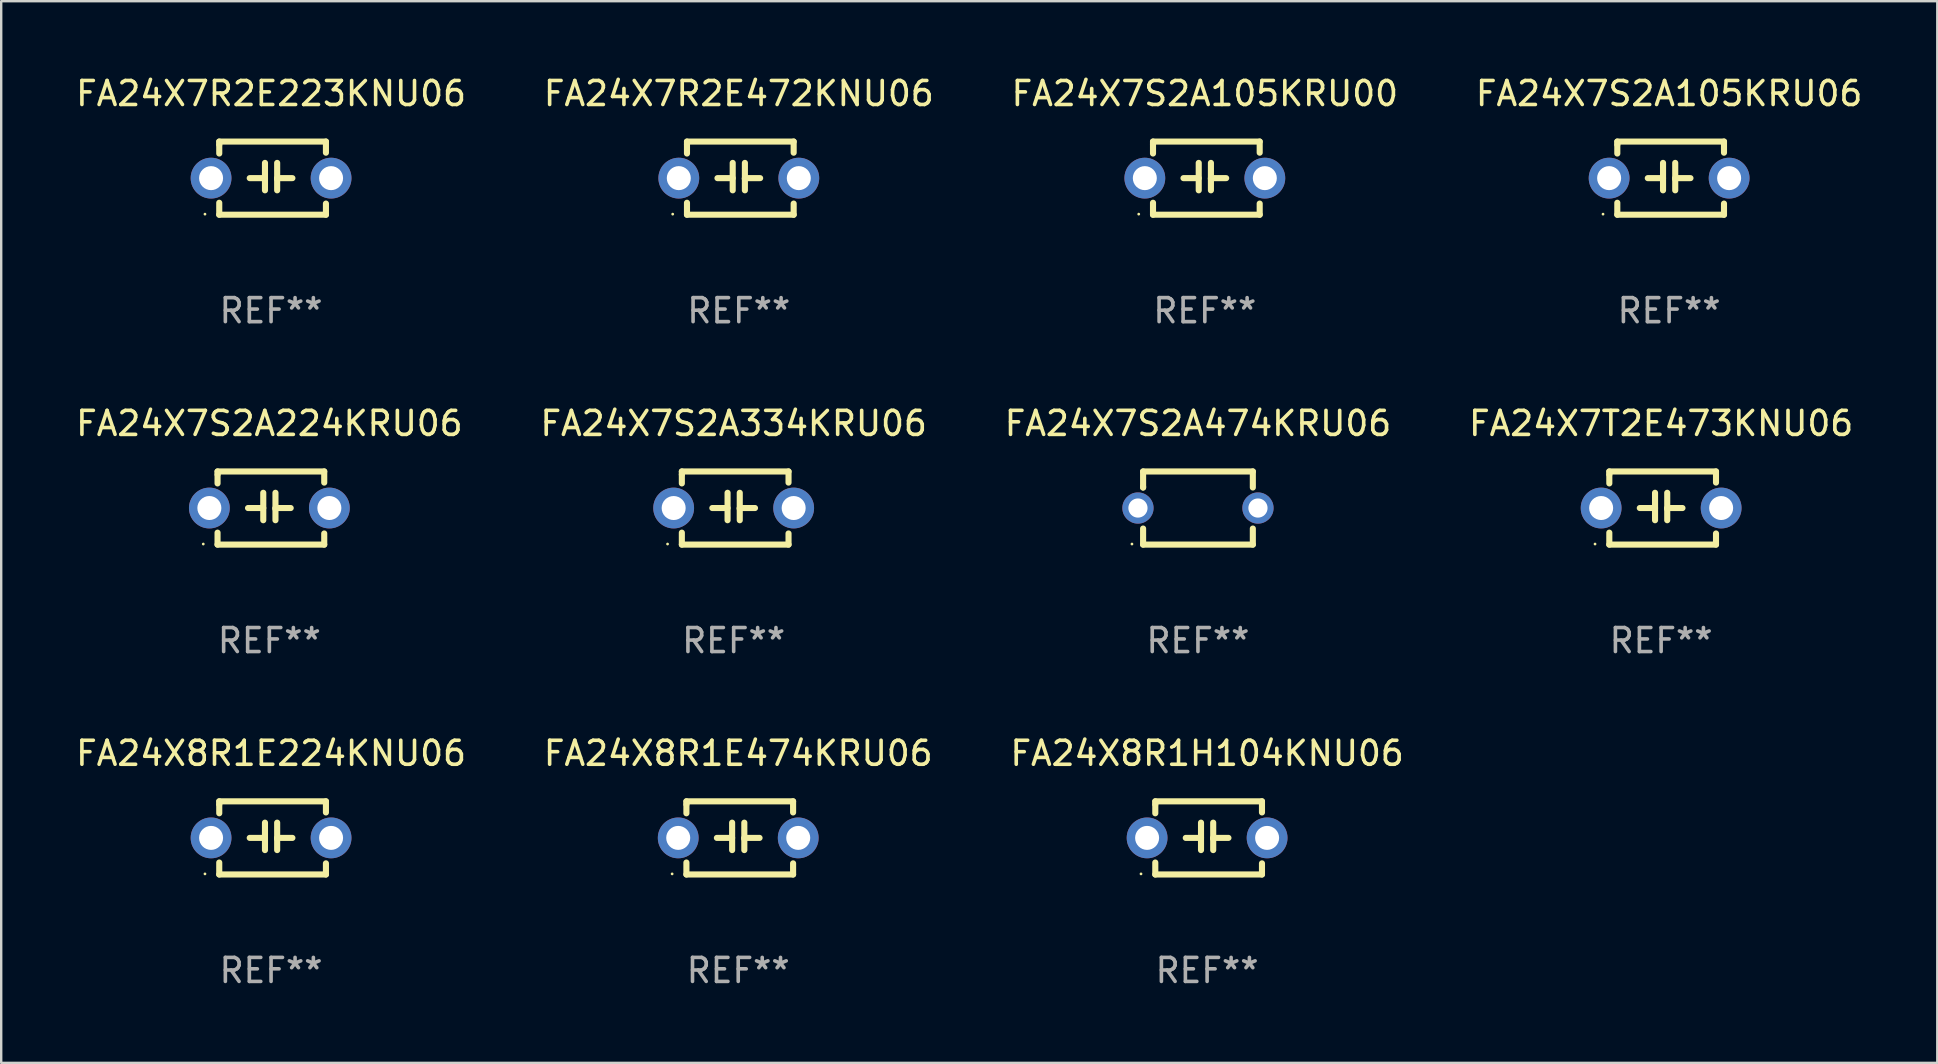
<source format=kicad_pcb>
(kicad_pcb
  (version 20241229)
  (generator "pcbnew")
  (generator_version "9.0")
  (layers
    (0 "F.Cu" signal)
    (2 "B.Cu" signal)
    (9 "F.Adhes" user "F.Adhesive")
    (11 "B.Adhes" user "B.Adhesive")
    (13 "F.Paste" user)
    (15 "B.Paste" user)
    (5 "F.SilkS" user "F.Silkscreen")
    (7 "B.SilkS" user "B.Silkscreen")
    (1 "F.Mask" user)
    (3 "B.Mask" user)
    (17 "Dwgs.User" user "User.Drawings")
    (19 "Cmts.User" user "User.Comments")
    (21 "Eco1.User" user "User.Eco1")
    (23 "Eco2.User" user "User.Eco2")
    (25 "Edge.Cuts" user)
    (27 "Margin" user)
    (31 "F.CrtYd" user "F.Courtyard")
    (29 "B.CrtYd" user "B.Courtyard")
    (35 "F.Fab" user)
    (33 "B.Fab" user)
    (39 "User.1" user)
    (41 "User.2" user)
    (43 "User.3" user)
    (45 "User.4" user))
  (footprint "FA24X8R1H104KNU06"
    (layer "F.Cu")
    (at 47.244 31.861)
    (property "Reference" "FA24X8R1H104KNU06" (at 0 -3.524 0) (layer "F.SilkS") (effects (font (size 1 1) (thickness 0.15))))
    (attr through_hole)
    (fp_line (start -2.159 -1.524) (end 2.286 -1.524) (stroke (width 0.254) (type solid)) (layer "F.SilkS"))
    (fp_line (start -2.159 -1.397) (end -2.159 -1.524) (stroke (width 0.254) (type solid)) (layer "F.SilkS"))
    (fp_line (start -2.159 -1.026) (end -2.159 -1.397) (stroke (width 0.254) (type solid)) (layer "F.SilkS"))
    (fp_line (start -2.159 1.524) (end -2.159 1.026) (stroke (width 0.254) (type solid)) (layer "F.SilkS"))
    (fp_line (start -0.889 0) (end -0.254 0) (stroke (width 0.254) (type solid)) (layer "F.SilkS"))
    (fp_line (start -0.254 0.508) (end -0.254 -0.635) (stroke (width 0.254) (type solid)) (layer "F.SilkS"))
    (fp_line (start 0.254 -0.635) (end 0.254 0.508) (stroke (width 0.254) (type solid)) (layer "F.SilkS"))
    (fp_line (start 0.254 0.04) (end 0.254 0.02) (stroke (width 0.254) (type solid)) (layer "F.SilkS"))
    (fp_line (start 0.889 0) (end 0.254 0) (stroke (width 0.254) (type solid)) (layer "F.SilkS"))
    (fp_line (start 2.286 -1.524) (end 2.286 -1.06) (stroke (width 0.254) (type solid)) (layer "F.SilkS"))
    (fp_line (start 2.286 1.06) (end 2.286 1.524) (stroke (width 0.254) (type solid)) (layer "F.SilkS"))
    (fp_line (start 2.286 1.524) (end -2.159 1.524) (stroke (width 0.254) (type solid)) (layer "F.SilkS"))
    (fp_circle (center -2.754 1.5) (end -2.724 1.5) (stroke (width 0.06) (type solid)) (fill no) (layer "F.SilkS"))
    (fp_text user "REF**" (at 0 5.524 0) (layer "F.Fab") (effects (font (size 1 1) (thickness 0.15))))
    (pad "1" thru_hole circle (at -2.5 0) (size 1.7 1.7) (drill 1) (layers "*.Cu" "*.Mask"))
    (pad "2" thru_hole circle (at 2.5 0) (size 1.7 1.7) (drill 1) (layers "*.Cu" "*.Mask")))
  (footprint "FA24X7S2A105KRU00"
    (layer "F.Cu")
    (at 47.149 4.372)
    (property "Reference" "FA24X7S2A105KRU00" (at 0 -3.524 0) (layer "F.SilkS") (effects (font (size 1 1) (thickness 0.15))))
    (attr through_hole)
    (fp_line (start -2.159 -1.524) (end 2.286 -1.524) (stroke (width 0.254) (type solid)) (layer "F.SilkS"))
    (fp_line (start -2.159 -1.397) (end -2.159 -1.524) (stroke (width 0.254) (type solid)) (layer "F.SilkS"))
    (fp_line (start -2.159 -1.026) (end -2.159 -1.397) (stroke (width 0.254) (type solid)) (layer "F.SilkS"))
    (fp_line (start -2.159 1.524) (end -2.159 1.026) (stroke (width 0.254) (type solid)) (layer "F.SilkS"))
    (fp_line (start -0.889 0) (end -0.254 0) (stroke (width 0.254) (type solid)) (layer "F.SilkS"))
    (fp_line (start -0.254 0.508) (end -0.254 -0.635) (stroke (width 0.254) (type solid)) (layer "F.SilkS"))
    (fp_line (start 0.254 -0.635) (end 0.254 0.508) (stroke (width 0.254) (type solid)) (layer "F.SilkS"))
    (fp_line (start 0.254 0.04) (end 0.254 0.02) (stroke (width 0.254) (type solid)) (layer "F.SilkS"))
    (fp_line (start 0.889 0) (end 0.254 0) (stroke (width 0.254) (type solid)) (layer "F.SilkS"))
    (fp_line (start 2.286 -1.524) (end 2.286 -1.06) (stroke (width 0.254) (type solid)) (layer "F.SilkS"))
    (fp_line (start 2.286 1.06) (end 2.286 1.524) (stroke (width 0.254) (type solid)) (layer "F.SilkS"))
    (fp_line (start 2.286 1.524) (end -2.159 1.524) (stroke (width 0.254) (type solid)) (layer "F.SilkS"))
    (fp_circle (center -2.754 1.5) (end -2.724 1.5) (stroke (width 0.06) (type solid)) (fill no) (layer "F.SilkS"))
    (fp_text user "REF**" (at 0 5.524 0) (layer "F.Fab") (effects (font (size 1 1) (thickness 0.15))))
    (pad "1" thru_hole circle (at -2.5 0) (size 1.7 1.7) (drill 1) (layers "*.Cu" "*.Mask"))
    (pad "2" thru_hole circle (at 2.5 0) (size 1.7 1.7) (drill 1) (layers "*.Cu" "*.Mask")))
  (footprint "FA24X8R1E224KNU06"
    (layer "F.Cu")
    (at 8.244 31.861)
    (property "Reference" "FA24X8R1E224KNU06" (at 0 -3.524 0) (layer "F.SilkS") (effects (font (size 1 1) (thickness 0.15))))
    (attr through_hole)
    (fp_line (start -2.159 -1.524) (end 2.286 -1.524) (stroke (width 0.254) (type solid)) (layer "F.SilkS"))
    (fp_line (start -2.159 -1.397) (end -2.159 -1.524) (stroke (width 0.254) (type solid)) (layer "F.SilkS"))
    (fp_line (start -2.159 -1.026) (end -2.159 -1.397) (stroke (width 0.254) (type solid)) (layer "F.SilkS"))
    (fp_line (start -2.159 1.524) (end -2.159 1.026) (stroke (width 0.254) (type solid)) (layer "F.SilkS"))
    (fp_line (start -0.889 0) (end -0.254 0) (stroke (width 0.254) (type solid)) (layer "F.SilkS"))
    (fp_line (start -0.254 0.508) (end -0.254 -0.635) (stroke (width 0.254) (type solid)) (layer "F.SilkS"))
    (fp_line (start 0.254 -0.635) (end 0.254 0.508) (stroke (width 0.254) (type solid)) (layer "F.SilkS"))
    (fp_line (start 0.254 0.04) (end 0.254 0.02) (stroke (width 0.254) (type solid)) (layer "F.SilkS"))
    (fp_line (start 0.889 0) (end 0.254 0) (stroke (width 0.254) (type solid)) (layer "F.SilkS"))
    (fp_line (start 2.286 -1.524) (end 2.286 -1.06) (stroke (width 0.254) (type solid)) (layer "F.SilkS"))
    (fp_line (start 2.286 1.06) (end 2.286 1.524) (stroke (width 0.254) (type solid)) (layer "F.SilkS"))
    (fp_line (start 2.286 1.524) (end -2.159 1.524) (stroke (width 0.254) (type solid)) (layer "F.SilkS"))
    (fp_circle (center -2.754 1.5) (end -2.724 1.5) (stroke (width 0.06) (type solid)) (fill no) (layer "F.SilkS"))
    (fp_text user "REF**" (at 0 5.524 0) (layer "F.Fab") (effects (font (size 1 1) (thickness 0.15))))
    (pad "1" thru_hole circle (at -2.5 0) (size 1.7 1.7) (drill 1) (layers "*.Cu" "*.Mask"))
    (pad "2" thru_hole circle (at 2.5 0) (size 1.7 1.7) (drill 1) (layers "*.Cu" "*.Mask")))
  (footprint "FA24X7S2A105KRU06"
    (layer "F.Cu")
    (at 66.494 4.372)
    (property "Reference" "FA24X7S2A105KRU06" (at 0 -3.524 0) (layer "F.SilkS") (effects (font (size 1 1) (thickness 0.15))))
    (attr through_hole)
    (fp_line (start -2.159 -1.524) (end 2.286 -1.524) (stroke (width 0.254) (type solid)) (layer "F.SilkS"))
    (fp_line (start -2.159 -1.397) (end -2.159 -1.524) (stroke (width 0.254) (type solid)) (layer "F.SilkS"))
    (fp_line (start -2.159 -1.026) (end -2.159 -1.397) (stroke (width 0.254) (type solid)) (layer "F.SilkS"))
    (fp_line (start -2.159 1.524) (end -2.159 1.026) (stroke (width 0.254) (type solid)) (layer "F.SilkS"))
    (fp_line (start -0.889 0) (end -0.254 0) (stroke (width 0.254) (type solid)) (layer "F.SilkS"))
    (fp_line (start -0.254 0.508) (end -0.254 -0.635) (stroke (width 0.254) (type solid)) (layer "F.SilkS"))
    (fp_line (start 0.254 -0.635) (end 0.254 0.508) (stroke (width 0.254) (type solid)) (layer "F.SilkS"))
    (fp_line (start 0.254 0.04) (end 0.254 0.02) (stroke (width 0.254) (type solid)) (layer "F.SilkS"))
    (fp_line (start 0.889 0) (end 0.254 0) (stroke (width 0.254) (type solid)) (layer "F.SilkS"))
    (fp_line (start 2.286 -1.524) (end 2.286 -1.06) (stroke (width 0.254) (type solid)) (layer "F.SilkS"))
    (fp_line (start 2.286 1.06) (end 2.286 1.524) (stroke (width 0.254) (type solid)) (layer "F.SilkS"))
    (fp_line (start 2.286 1.524) (end -2.159 1.524) (stroke (width 0.254) (type solid)) (layer "F.SilkS"))
    (fp_circle (center -2.754 1.5) (end -2.724 1.5) (stroke (width 0.06) (type solid)) (fill no) (layer "F.SilkS"))
    (fp_text user "REF**" (at 0 5.524 0) (layer "F.Fab") (effects (font (size 1 1) (thickness 0.15))))
    (pad "1" thru_hole circle (at -2.5 0) (size 1.7 1.7) (drill 1) (layers "*.Cu" "*.Mask"))
    (pad "2" thru_hole circle (at 2.5 0) (size 1.7 1.7) (drill 1) (layers "*.Cu" "*.Mask")))
  (footprint "FA24X7R2E472KNU06"
    (layer "F.Cu")
    (at 27.732 4.372)
    (property "Reference" "FA24X7R2E472KNU06" (at 0 -3.524 0) (layer "F.SilkS") (effects (font (size 1 1) (thickness 0.15))))
    (attr through_hole)
    (fp_line (start -2.159 -1.524) (end 2.286 -1.524) (stroke (width 0.254) (type solid)) (layer "F.SilkS"))
    (fp_line (start -2.159 -1.397) (end -2.159 -1.524) (stroke (width 0.254) (type solid)) (layer "F.SilkS"))
    (fp_line (start -2.159 -1.026) (end -2.159 -1.397) (stroke (width 0.254) (type solid)) (layer "F.SilkS"))
    (fp_line (start -2.159 1.524) (end -2.159 1.026) (stroke (width 0.254) (type solid)) (layer "F.SilkS"))
    (fp_line (start -0.889 0) (end -0.254 0) (stroke (width 0.254) (type solid)) (layer "F.SilkS"))
    (fp_line (start -0.254 0.508) (end -0.254 -0.635) (stroke (width 0.254) (type solid)) (layer "F.SilkS"))
    (fp_line (start 0.254 -0.635) (end 0.254 0.508) (stroke (width 0.254) (type solid)) (layer "F.SilkS"))
    (fp_line (start 0.254 0.04) (end 0.254 0.02) (stroke (width 0.254) (type solid)) (layer "F.SilkS"))
    (fp_line (start 0.889 0) (end 0.254 0) (stroke (width 0.254) (type solid)) (layer "F.SilkS"))
    (fp_line (start 2.286 -1.524) (end 2.286 -1.06) (stroke (width 0.254) (type solid)) (layer "F.SilkS"))
    (fp_line (start 2.286 1.06) (end 2.286 1.524) (stroke (width 0.254) (type solid)) (layer "F.SilkS"))
    (fp_line (start 2.286 1.524) (end -2.159 1.524) (stroke (width 0.254) (type solid)) (layer "F.SilkS"))
    (fp_circle (center -2.754 1.5) (end -2.724 1.5) (stroke (width 0.06) (type solid)) (fill no) (layer "F.SilkS"))
    (fp_text user "REF**" (at 0 5.524 0) (layer "F.Fab") (effects (font (size 1 1) (thickness 0.15))))
    (pad "1" thru_hole circle (at -2.5 0) (size 1.7 1.7) (drill 1) (layers "*.Cu" "*.Mask"))
    (pad "2" thru_hole circle (at 2.5 0) (size 1.7 1.7) (drill 1) (layers "*.Cu" "*.Mask")))
  (footprint "FA24X8R1E474KRU06"
    (layer "F.Cu")
    (at 27.708 31.861)
    (property "Reference" "FA24X8R1E474KRU06" (at 0 -3.524 0) (layer "F.SilkS") (effects (font (size 1 1) (thickness 0.15))))
    (attr through_hole)
    (fp_line (start -2.159 -1.524) (end 2.286 -1.524) (stroke (width 0.254) (type solid)) (layer "F.SilkS"))
    (fp_line (start -2.159 -1.397) (end -2.159 -1.524) (stroke (width 0.254) (type solid)) (layer "F.SilkS"))
    (fp_line (start -2.159 -1.026) (end -2.159 -1.397) (stroke (width 0.254) (type solid)) (layer "F.SilkS"))
    (fp_line (start -2.159 1.524) (end -2.159 1.026) (stroke (width 0.254) (type solid)) (layer "F.SilkS"))
    (fp_line (start -0.889 0) (end -0.254 0) (stroke (width 0.254) (type solid)) (layer "F.SilkS"))
    (fp_line (start -0.254 0.508) (end -0.254 -0.635) (stroke (width 0.254) (type solid)) (layer "F.SilkS"))
    (fp_line (start 0.254 -0.635) (end 0.254 0.508) (stroke (width 0.254) (type solid)) (layer "F.SilkS"))
    (fp_line (start 0.254 0.04) (end 0.254 0.02) (stroke (width 0.254) (type solid)) (layer "F.SilkS"))
    (fp_line (start 0.889 0) (end 0.254 0) (stroke (width 0.254) (type solid)) (layer "F.SilkS"))
    (fp_line (start 2.286 -1.524) (end 2.286 -1.06) (stroke (width 0.254) (type solid)) (layer "F.SilkS"))
    (fp_line (start 2.286 1.06) (end 2.286 1.524) (stroke (width 0.254) (type solid)) (layer "F.SilkS"))
    (fp_line (start 2.286 1.524) (end -2.159 1.524) (stroke (width 0.254) (type solid)) (layer "F.SilkS"))
    (fp_circle (center -2.754 1.5) (end -2.724 1.5) (stroke (width 0.06) (type solid)) (fill no) (layer "F.SilkS"))
    (fp_text user "REF**" (at 0 5.524 0) (layer "F.Fab") (effects (font (size 1 1) (thickness 0.15))))
    (pad "1" thru_hole circle (at -2.5 0) (size 1.7 1.7) (drill 1) (layers "*.Cu" "*.Mask"))
    (pad "2" thru_hole circle (at 2.5 0) (size 1.7 1.7) (drill 1) (layers "*.Cu" "*.Mask")))
  (footprint "FA24X7T2E473KNU06"
    (layer "F.Cu")
    (at 66.161 18.117)
    (property "Reference" "FA24X7T2E473KNU06" (at 0 -3.524 0) (layer "F.SilkS") (effects (font (size 1 1) (thickness 0.15))))
    (attr through_hole)
    (fp_line (start -2.159 -1.524) (end 2.286 -1.524) (stroke (width 0.254) (type solid)) (layer "F.SilkS"))
    (fp_line (start -2.159 -1.397) (end -2.159 -1.524) (stroke (width 0.254) (type solid)) (layer "F.SilkS"))
    (fp_line (start -2.159 -1.026) (end -2.159 -1.397) (stroke (width 0.254) (type solid)) (layer "F.SilkS"))
    (fp_line (start -2.159 1.524) (end -2.159 1.026) (stroke (width 0.254) (type solid)) (layer "F.SilkS"))
    (fp_line (start -0.889 0) (end -0.254 0) (stroke (width 0.254) (type solid)) (layer "F.SilkS"))
    (fp_line (start -0.254 0.508) (end -0.254 -0.635) (stroke (width 0.254) (type solid)) (layer "F.SilkS"))
    (fp_line (start 0.254 -0.635) (end 0.254 0.508) (stroke (width 0.254) (type solid)) (layer "F.SilkS"))
    (fp_line (start 0.254 0.04) (end 0.254 0.02) (stroke (width 0.254) (type solid)) (layer "F.SilkS"))
    (fp_line (start 0.889 0) (end 0.254 0) (stroke (width 0.254) (type solid)) (layer "F.SilkS"))
    (fp_line (start 2.286 -1.524) (end 2.286 -1.06) (stroke (width 0.254) (type solid)) (layer "F.SilkS"))
    (fp_line (start 2.286 1.06) (end 2.286 1.524) (stroke (width 0.254) (type solid)) (layer "F.SilkS"))
    (fp_line (start 2.286 1.524) (end -2.159 1.524) (stroke (width 0.254) (type solid)) (layer "F.SilkS"))
    (fp_circle (center -2.754 1.5) (end -2.724 1.5) (stroke (width 0.06) (type solid)) (fill no) (layer "F.SilkS"))
    (fp_text user "REF**" (at 0 5.524 0) (layer "F.Fab") (effects (font (size 1 1) (thickness 0.15))))
    (pad "1" thru_hole circle (at -2.5 0) (size 1.7 1.7) (drill 1) (layers "*.Cu" "*.Mask"))
    (pad "2" thru_hole circle (at 2.5 0) (size 1.7 1.7) (drill 1) (layers "*.Cu" "*.Mask")))
  (footprint "FA24X7S2A334KRU06"
    (layer "F.Cu")
    (at 27.518 18.117)
    (property "Reference" "FA24X7S2A334KRU06" (at 0 -3.524 0) (layer "F.SilkS") (effects (font (size 1 1) (thickness 0.15))))
    (attr through_hole)
    (fp_line (start -2.159 -1.524) (end 2.286 -1.524) (stroke (width 0.254) (type solid)) (layer "F.SilkS"))
    (fp_line (start -2.159 -1.397) (end -2.159 -1.524) (stroke (width 0.254) (type solid)) (layer "F.SilkS"))
    (fp_line (start -2.159 -1.026) (end -2.159 -1.397) (stroke (width 0.254) (type solid)) (layer "F.SilkS"))
    (fp_line (start -2.159 1.524) (end -2.159 1.026) (stroke (width 0.254) (type solid)) (layer "F.SilkS"))
    (fp_line (start -0.889 0) (end -0.254 0) (stroke (width 0.254) (type solid)) (layer "F.SilkS"))
    (fp_line (start -0.254 0.508) (end -0.254 -0.635) (stroke (width 0.254) (type solid)) (layer "F.SilkS"))
    (fp_line (start 0.254 -0.635) (end 0.254 0.508) (stroke (width 0.254) (type solid)) (layer "F.SilkS"))
    (fp_line (start 0.254 0.04) (end 0.254 0.02) (stroke (width 0.254) (type solid)) (layer "F.SilkS"))
    (fp_line (start 0.889 0) (end 0.254 0) (stroke (width 0.254) (type solid)) (layer "F.SilkS"))
    (fp_line (start 2.286 -1.524) (end 2.286 -1.06) (stroke (width 0.254) (type solid)) (layer "F.SilkS"))
    (fp_line (start 2.286 1.06) (end 2.286 1.524) (stroke (width 0.254) (type solid)) (layer "F.SilkS"))
    (fp_line (start 2.286 1.524) (end -2.159 1.524) (stroke (width 0.254) (type solid)) (layer "F.SilkS"))
    (fp_circle (center -2.754 1.5) (end -2.724 1.5) (stroke (width 0.06) (type solid)) (fill no) (layer "F.SilkS"))
    (fp_text user "REF**" (at 0 5.524 0) (layer "F.Fab") (effects (font (size 1 1) (thickness 0.15))))
    (pad "1" thru_hole circle (at -2.5 0) (size 1.7 1.7) (drill 1) (layers "*.Cu" "*.Mask"))
    (pad "2" thru_hole circle (at 2.5 0) (size 1.7 1.7) (drill 1) (layers "*.Cu" "*.Mask")))
  (footprint "FA24X7S2A224KRU06"
    (layer "F.Cu")
    (at 8.173 18.117)
    (property "Reference" "FA24X7S2A224KRU06" (at 0 -3.524 0) (layer "F.SilkS") (effects (font (size 1 1) (thickness 0.15))))
    (attr through_hole)
    (fp_line (start -2.159 -1.524) (end 2.286 -1.524) (stroke (width 0.254) (type solid)) (layer "F.SilkS"))
    (fp_line (start -2.159 -1.397) (end -2.159 -1.524) (stroke (width 0.254) (type solid)) (layer "F.SilkS"))
    (fp_line (start -2.159 -1.026) (end -2.159 -1.397) (stroke (width 0.254) (type solid)) (layer "F.SilkS"))
    (fp_line (start -2.159 1.524) (end -2.159 1.026) (stroke (width 0.254) (type solid)) (layer "F.SilkS"))
    (fp_line (start -0.889 0) (end -0.254 0) (stroke (width 0.254) (type solid)) (layer "F.SilkS"))
    (fp_line (start -0.254 0.508) (end -0.254 -0.635) (stroke (width 0.254) (type solid)) (layer "F.SilkS"))
    (fp_line (start 0.254 -0.635) (end 0.254 0.508) (stroke (width 0.254) (type solid)) (layer "F.SilkS"))
    (fp_line (start 0.254 0.04) (end 0.254 0.02) (stroke (width 0.254) (type solid)) (layer "F.SilkS"))
    (fp_line (start 0.889 0) (end 0.254 0) (stroke (width 0.254) (type solid)) (layer "F.SilkS"))
    (fp_line (start 2.286 -1.524) (end 2.286 -1.06) (stroke (width 0.254) (type solid)) (layer "F.SilkS"))
    (fp_line (start 2.286 1.06) (end 2.286 1.524) (stroke (width 0.254) (type solid)) (layer "F.SilkS"))
    (fp_line (start 2.286 1.524) (end -2.159 1.524) (stroke (width 0.254) (type solid)) (layer "F.SilkS"))
    (fp_circle (center -2.754 1.5) (end -2.724 1.5) (stroke (width 0.06) (type solid)) (fill no) (layer "F.SilkS"))
    (fp_text user "REF**" (at 0 5.524 0) (layer "F.Fab") (effects (font (size 1 1) (thickness 0.15))))
    (pad "1" thru_hole circle (at -2.5 0) (size 1.7 1.7) (drill 1) (layers "*.Cu" "*.Mask"))
    (pad "2" thru_hole circle (at 2.5 0) (size 1.7 1.7) (drill 1) (layers "*.Cu" "*.Mask")))
  (footprint "FA24X7R2E223KNU06"
    (layer "F.Cu")
    (at 8.244 4.372)
    (property "Reference" "FA24X7R2E223KNU06" (at 0 -3.524 0) (layer "F.SilkS") (effects (font (size 1 1) (thickness 0.15))))
    (attr through_hole)
    (fp_line (start -2.159 -1.524) (end 2.286 -1.524) (stroke (width 0.254) (type solid)) (layer "F.SilkS"))
    (fp_line (start -2.159 -1.397) (end -2.159 -1.524) (stroke (width 0.254) (type solid)) (layer "F.SilkS"))
    (fp_line (start -2.159 -1.026) (end -2.159 -1.397) (stroke (width 0.254) (type solid)) (layer "F.SilkS"))
    (fp_line (start -2.159 1.524) (end -2.159 1.026) (stroke (width 0.254) (type solid)) (layer "F.SilkS"))
    (fp_line (start -0.889 0) (end -0.254 0) (stroke (width 0.254) (type solid)) (layer "F.SilkS"))
    (fp_line (start -0.254 0.508) (end -0.254 -0.635) (stroke (width 0.254) (type solid)) (layer "F.SilkS"))
    (fp_line (start 0.254 -0.635) (end 0.254 0.508) (stroke (width 0.254) (type solid)) (layer "F.SilkS"))
    (fp_line (start 0.254 0.04) (end 0.254 0.02) (stroke (width 0.254) (type solid)) (layer "F.SilkS"))
    (fp_line (start 0.889 0) (end 0.254 0) (stroke (width 0.254) (type solid)) (layer "F.SilkS"))
    (fp_line (start 2.286 -1.524) (end 2.286 -1.06) (stroke (width 0.254) (type solid)) (layer "F.SilkS"))
    (fp_line (start 2.286 1.06) (end 2.286 1.524) (stroke (width 0.254) (type solid)) (layer "F.SilkS"))
    (fp_line (start 2.286 1.524) (end -2.159 1.524) (stroke (width 0.254) (type solid)) (layer "F.SilkS"))
    (fp_circle (center -2.754 1.5) (end -2.724 1.5) (stroke (width 0.06) (type solid)) (fill no) (layer "F.SilkS"))
    (fp_text user "REF**" (at 0 5.524 0) (layer "F.Fab") (effects (font (size 1 1) (thickness 0.15))))
    (pad "1" thru_hole circle (at -2.5 0) (size 1.7 1.7) (drill 1) (layers "*.Cu" "*.Mask"))
    (pad "2" thru_hole circle (at 2.5 0) (size 1.7 1.7) (drill 1) (layers "*.Cu" "*.Mask")))
  (footprint "FA24X7S2A474KRU06"
    (layer "F.Cu")
    (at 46.863 18.117)
    (property "Reference" "FA24X7S2A474KRU06" (at 0 -3.524 0) (layer "F.SilkS") (effects (font (size 1 1) (thickness 0.15))))
    (attr through_hole)
    (fp_line (start -2.286 -1.524) (end 2.286 -1.524) (stroke (width 0.254) (type solid)) (layer "F.SilkS"))
    (fp_line (start -2.286 -0.855) (end -2.286 -1.524) (stroke (width 0.254) (type solid)) (layer "F.SilkS"))
    (fp_line (start -2.286 -0.855) (end -2.286 -0.889) (stroke (width 0.254) (type solid)) (layer "F.SilkS"))
    (fp_line (start -2.286 1.524) (end -2.286 0.855) (stroke (width 0.254) (type solid)) (layer "F.SilkS"))
    (fp_line (start 2.286 -1.524) (end 2.286 -0.855) (stroke (width 0.254) (type solid)) (layer "F.SilkS"))
    (fp_line (start 2.286 0.855) (end 2.286 1.524) (stroke (width 0.254) (type solid)) (layer "F.SilkS"))
    (fp_line (start 2.286 1.524) (end -2.286 1.524) (stroke (width 0.254) (type solid)) (layer "F.SilkS"))
    (fp_circle (center -2.75 1.5) (end -2.72 1.5) (stroke (width 0.06) (type solid)) (fill no) (layer "F.SilkS"))
    (fp_text user "REF**" (at 0 5.524 0) (layer "F.Fab") (effects (font (size 1 1) (thickness 0.15))))
    (pad "1" thru_hole circle (at -2.5 0) (size 1.3 1.3) (drill 0.8) (layers "*.Cu" "*.Mask"))
    (pad "2" thru_hole circle (at 2.5 0) (size 1.3 1.3) (drill 0.8) (layers "*.Cu" "*.Mask")))
  (gr_rect
    (start -3 -3)
    (end 77.667 41.234)
    (stroke (width 0.1) (type default))
    (fill no)
    (layer "Edge.Cuts")))
</source>
